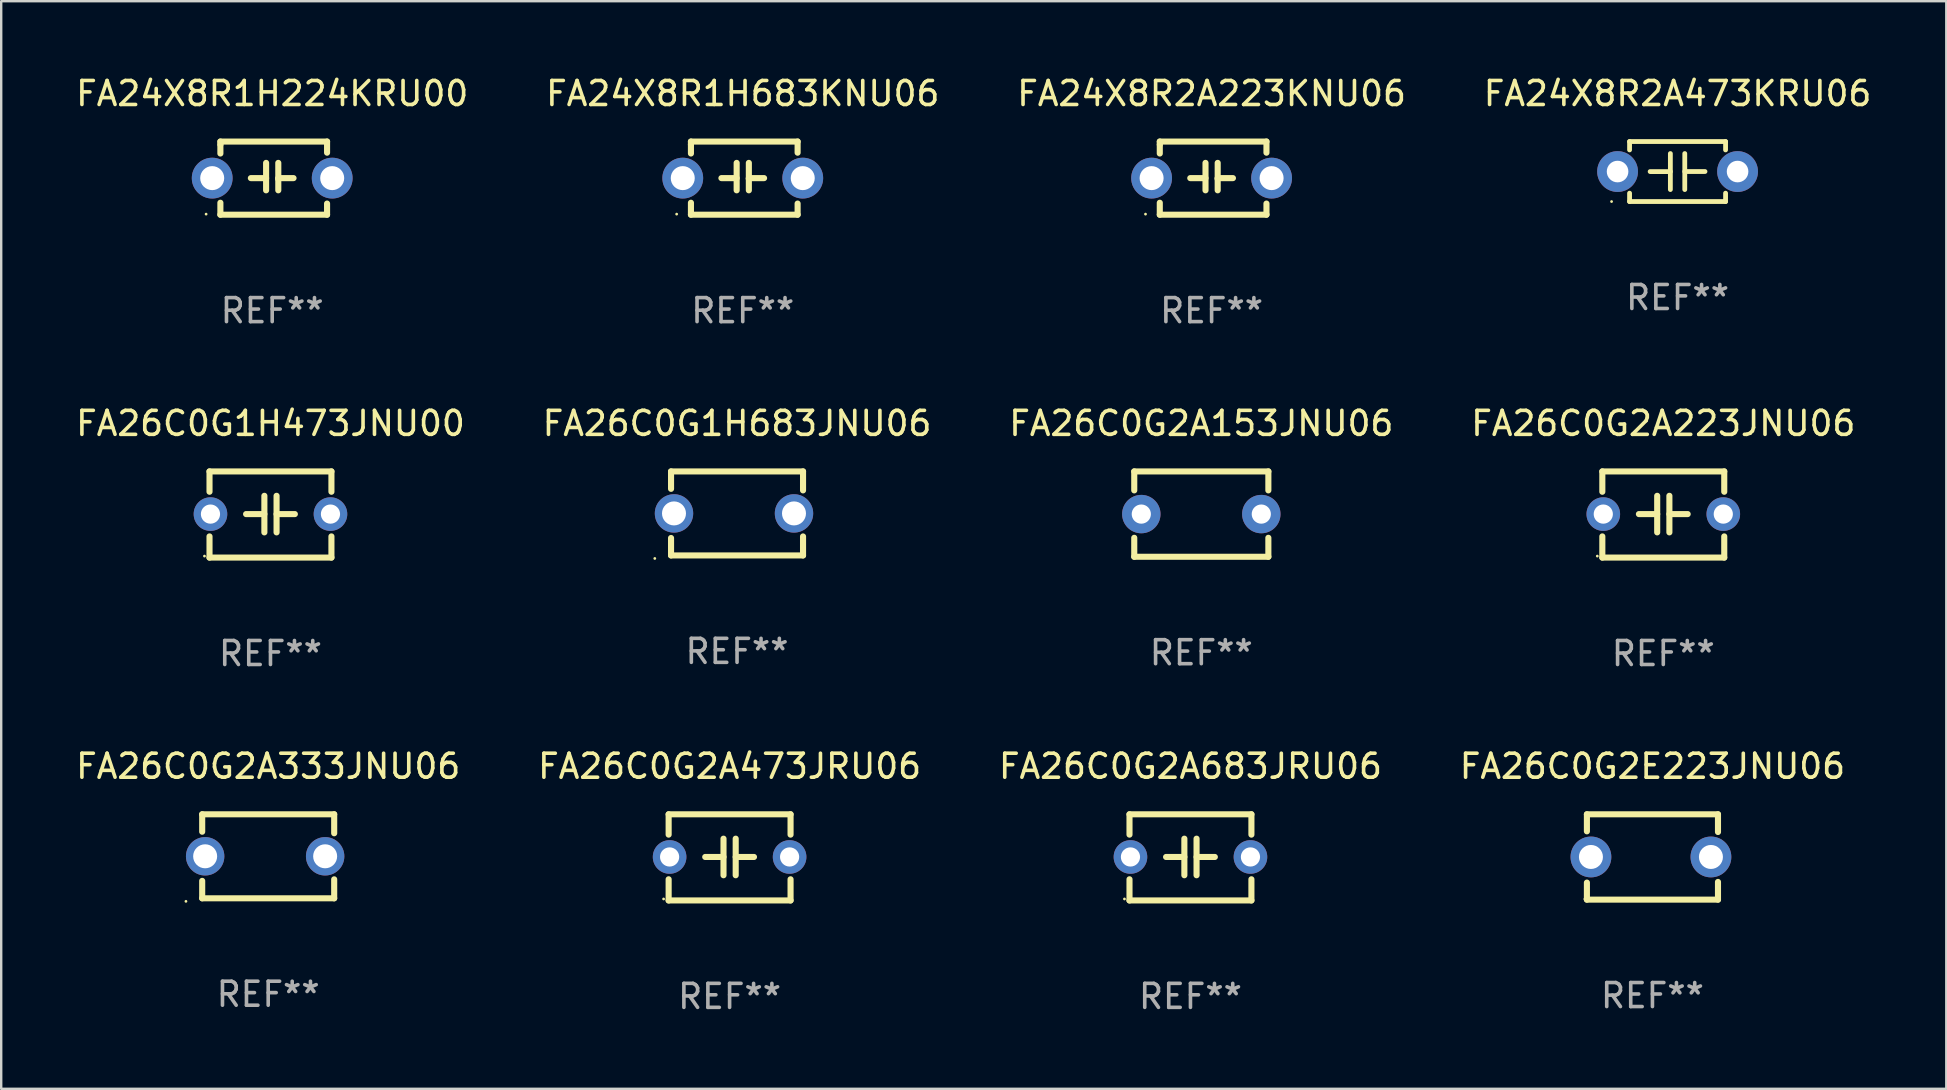
<source format=kicad_pcb>
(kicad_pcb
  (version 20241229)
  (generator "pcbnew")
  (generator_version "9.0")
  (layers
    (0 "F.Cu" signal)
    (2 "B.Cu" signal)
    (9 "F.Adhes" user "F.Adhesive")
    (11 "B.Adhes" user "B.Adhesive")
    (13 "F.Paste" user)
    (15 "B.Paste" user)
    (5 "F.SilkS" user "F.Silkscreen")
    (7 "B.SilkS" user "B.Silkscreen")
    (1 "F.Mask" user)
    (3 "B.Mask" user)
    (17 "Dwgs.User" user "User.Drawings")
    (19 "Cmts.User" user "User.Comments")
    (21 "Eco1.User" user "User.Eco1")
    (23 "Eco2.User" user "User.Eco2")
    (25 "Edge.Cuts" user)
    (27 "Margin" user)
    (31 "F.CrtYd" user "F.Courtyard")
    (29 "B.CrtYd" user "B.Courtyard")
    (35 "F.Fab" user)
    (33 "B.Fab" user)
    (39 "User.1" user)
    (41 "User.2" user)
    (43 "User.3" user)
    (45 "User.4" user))
  (footprint "FA26C0G2A683JRU06"
    (layer "F.Cu")
    (at 46.554 32.675)
    (property "Reference" "FA26C0G2A683JRU06" (at 0 -3.795 0) (layer "F.SilkS") (effects (font (size 1 1) (thickness 0.15))))
    (attr through_hole)
    (fp_line (start -2.54 -1.795) (end 2.54 -1.795) (stroke (width 0.254) (type solid)) (layer "F.SilkS"))
    (fp_line (start -2.54 -0.948) (end -2.54 -1.795) (stroke (width 0.254) (type solid)) (layer "F.SilkS"))
    (fp_line (start -2.54 1.795) (end -2.54 0.913) (stroke (width 0.254) (type solid)) (layer "F.SilkS"))
    (fp_line (start -1.016 -0.017) (end -0.254 -0.017) (stroke (width 0.254) (type solid)) (layer "F.SilkS"))
    (fp_line (start -0.254 0.745) (end -0.254 -0.779) (stroke (width 0.254) (type solid)) (layer "F.SilkS"))
    (fp_line (start 0.254 -0.779) (end 0.254 0.745) (stroke (width 0.254) (type solid)) (layer "F.SilkS"))
    (fp_line (start 1.016 -0.017) (end 0.254 -0.017) (stroke (width 0.254) (type solid)) (layer "F.SilkS"))
    (fp_line (start 2.54 -1.795) (end 2.54 -0.948) (stroke (width 0.254) (type solid)) (layer "F.SilkS"))
    (fp_line (start 2.54 1.795) (end -2.54 1.795) (stroke (width 0.254) (type solid)) (layer "F.SilkS"))
    (fp_line (start 2.54 1.795) (end 2.54 0.913) (stroke (width 0.254) (type solid)) (layer "F.SilkS"))
    (fp_circle (center -2.75 1.733) (end -2.72 1.733) (stroke (width 0.06) (type solid)) (fill no) (layer "F.SilkS"))
    (fp_text user "REF**" (at 0 5.795 0) (layer "F.Fab") (effects (font (size 1 1) (thickness 0.15))))
    (pad "1" thru_hole circle (at -2.5 -0.017) (size 1.4 1.4) (drill 0.8) (layers "*.Cu" "*.Mask"))
    (pad "2" thru_hole circle (at 2.5 -0.017) (size 1.4 1.4) (drill 0.8) (layers "*.Cu" "*.Mask")))
  (footprint "FA26C0G2E223JNU06"
    (layer "F.Cu")
    (at 65.804 32.658)
    (property "Reference" "FA26C0G2E223JNU06" (at 0 -3.778 0) (layer "F.SilkS") (effects (font (size 1 1) (thickness 0.15))))
    (attr through_hole)
    (fp_line (start -2.731 -1.778) (end -2.731 -1.068) (stroke (width 0.254) (type solid)) (layer "F.SilkS"))
    (fp_line (start -2.731 1.068) (end -2.731 1.778) (stroke (width 0.254) (type solid)) (layer "F.SilkS"))
    (fp_line (start -2.731 1.778) (end 2.731 1.778) (stroke (width 0.254) (type solid)) (layer "F.SilkS"))
    (fp_line (start 2.731 -1.778) (end -2.731 -1.778) (stroke (width 0.254) (type solid)) (layer "F.SilkS"))
    (fp_line (start 2.731 -1.04) (end 2.731 -1.778) (stroke (width 0.254) (type solid)) (layer "F.SilkS"))
    (fp_line (start 2.731 1.778) (end 2.731 1.04) (stroke (width 0.254) (type solid)) (layer "F.SilkS"))
    (fp_circle (center -2.814 1.75) (end -2.784 1.75) (stroke (width 0.06) (type solid)) (fill no) (layer "F.SilkS"))
    (fp_text user "REF**" (at 0 5.778 0) (layer "F.Fab") (effects (font (size 1 1) (thickness 0.15))))
    (pad "1" thru_hole circle (at -2.563 0) (size 1.7 1.7) (drill 1) (layers "*.Cu" "*.Mask"))
    (pad "2" thru_hole circle (at 2.437 0) (size 1.7 1.7) (drill 1) (layers "*.Cu" "*.Mask")))
  (footprint "FA26C0G2A473JRU06"
    (layer "F.Cu")
    (at 27.351 32.675)
    (property "Reference" "FA26C0G2A473JRU06" (at 0 -3.795 0) (layer "F.SilkS") (effects (font (size 1 1) (thickness 0.15))))
    (attr through_hole)
    (fp_line (start -2.54 -1.795) (end 2.54 -1.795) (stroke (width 0.254) (type solid)) (layer "F.SilkS"))
    (fp_line (start -2.54 -0.948) (end -2.54 -1.795) (stroke (width 0.254) (type solid)) (layer "F.SilkS"))
    (fp_line (start -2.54 1.795) (end -2.54 0.913) (stroke (width 0.254) (type solid)) (layer "F.SilkS"))
    (fp_line (start -1.016 -0.017) (end -0.254 -0.017) (stroke (width 0.254) (type solid)) (layer "F.SilkS"))
    (fp_line (start -0.254 0.745) (end -0.254 -0.779) (stroke (width 0.254) (type solid)) (layer "F.SilkS"))
    (fp_line (start 0.254 -0.779) (end 0.254 0.745) (stroke (width 0.254) (type solid)) (layer "F.SilkS"))
    (fp_line (start 1.016 -0.017) (end 0.254 -0.017) (stroke (width 0.254) (type solid)) (layer "F.SilkS"))
    (fp_line (start 2.54 -1.795) (end 2.54 -0.948) (stroke (width 0.254) (type solid)) (layer "F.SilkS"))
    (fp_line (start 2.54 1.795) (end -2.54 1.795) (stroke (width 0.254) (type solid)) (layer "F.SilkS"))
    (fp_line (start 2.54 1.795) (end 2.54 0.913) (stroke (width 0.254) (type solid)) (layer "F.SilkS"))
    (fp_circle (center -2.75 1.733) (end -2.72 1.733) (stroke (width 0.06) (type solid)) (fill no) (layer "F.SilkS"))
    (fp_text user "REF**" (at 0 5.795 0) (layer "F.Fab") (effects (font (size 1 1) (thickness 0.15))))
    (pad "1" thru_hole circle (at -2.5 -0.017) (size 1.4 1.4) (drill 0.8) (layers "*.Cu" "*.Mask"))
    (pad "2" thru_hole circle (at 2.5 -0.017) (size 1.4 1.4) (drill 0.8) (layers "*.Cu" "*.Mask")))
  (footprint "FA26C0G2A333JNU06"
    (layer "F.Cu")
    (at 8.125 32.63)
    (property "Reference" "FA26C0G2A333JNU06" (at 0 -3.75 0) (layer "F.SilkS") (effects (font (size 1 1) (thickness 0.15))))
    (attr through_hole)
    (fp_line (start -2.75 -1.75) (end -2.75 -1.024) (stroke (width 0.254) (type solid)) (layer "F.SilkS"))
    (fp_line (start -2.75 -1.75) (end 2.75 -1.75) (stroke (width 0.254) (type solid)) (layer "F.SilkS"))
    (fp_line (start -2.75 1.024) (end -2.75 1.75) (stroke (width 0.254) (type solid)) (layer "F.SilkS"))
    (fp_line (start 2.75 -1.75) (end 2.75 -0.96) (stroke (width 0.254) (type solid)) (layer "F.SilkS"))
    (fp_line (start 2.75 0.96) (end 2.75 1.75) (stroke (width 0.254) (type solid)) (layer "F.SilkS"))
    (fp_line (start 2.75 1.75) (end -2.75 1.75) (stroke (width 0.254) (type solid)) (layer "F.SilkS"))
    (fp_circle (center -3.427 1.877) (end -3.397 1.877) (stroke (width 0.06) (type solid)) (fill no) (layer "F.SilkS"))
    (fp_text user "REF**" (at 0 5.75 0) (layer "F.Fab") (effects (font (size 1 1) (thickness 0.15))))
    (pad "1" thru_hole circle (at -2.627 0) (size 1.6 1.6) (drill 1) (layers "*.Cu" "*.Mask"))
    (pad "2" thru_hole circle (at 2.373 0) (size 1.6 1.6) (drill 1) (layers "*.Cu" "*.Mask")))
  (footprint "FA24X8R2A223KNU06"
    (layer "F.Cu")
    (at 47.435 4.372)
    (property "Reference" "FA24X8R2A223KNU06" (at 0 -3.524 0) (layer "F.SilkS") (effects (font (size 1 1) (thickness 0.15))))
    (attr through_hole)
    (fp_line (start -2.159 -1.524) (end 2.286 -1.524) (stroke (width 0.254) (type solid)) (layer "F.SilkS"))
    (fp_line (start -2.159 -1.397) (end -2.159 -1.524) (stroke (width 0.254) (type solid)) (layer "F.SilkS"))
    (fp_line (start -2.159 -1.026) (end -2.159 -1.397) (stroke (width 0.254) (type solid)) (layer "F.SilkS"))
    (fp_line (start -2.159 1.524) (end -2.159 1.026) (stroke (width 0.254) (type solid)) (layer "F.SilkS"))
    (fp_line (start -0.889 0) (end -0.254 0) (stroke (width 0.254) (type solid)) (layer "F.SilkS"))
    (fp_line (start -0.254 0.508) (end -0.254 -0.635) (stroke (width 0.254) (type solid)) (layer "F.SilkS"))
    (fp_line (start 0.254 -0.635) (end 0.254 0.508) (stroke (width 0.254) (type solid)) (layer "F.SilkS"))
    (fp_line (start 0.254 0.04) (end 0.254 0.02) (stroke (width 0.254) (type solid)) (layer "F.SilkS"))
    (fp_line (start 0.889 0) (end 0.254 0) (stroke (width 0.254) (type solid)) (layer "F.SilkS"))
    (fp_line (start 2.286 -1.524) (end 2.286 -1.06) (stroke (width 0.254) (type solid)) (layer "F.SilkS"))
    (fp_line (start 2.286 1.06) (end 2.286 1.524) (stroke (width 0.254) (type solid)) (layer "F.SilkS"))
    (fp_line (start 2.286 1.524) (end -2.159 1.524) (stroke (width 0.254) (type solid)) (layer "F.SilkS"))
    (fp_circle (center -2.754 1.5) (end -2.724 1.5) (stroke (width 0.06) (type solid)) (fill no) (layer "F.SilkS"))
    (fp_text user "REF**" (at 0 5.524 0) (layer "F.Fab") (effects (font (size 1 1) (thickness 0.15))))
    (pad "1" thru_hole circle (at -2.5 0) (size 1.7 1.7) (drill 1) (layers "*.Cu" "*.Mask"))
    (pad "2" thru_hole circle (at 2.5 0) (size 1.7 1.7) (drill 1) (layers "*.Cu" "*.Mask")))
  (footprint "FA24X8R1H224KRU00"
    (layer "F.Cu")
    (at 8.292 4.372)
    (property "Reference" "FA24X8R1H224KRU00" (at 0 -3.524 0) (layer "F.SilkS") (effects (font (size 1 1) (thickness 0.15))))
    (attr through_hole)
    (fp_line (start -2.159 -1.524) (end 2.286 -1.524) (stroke (width 0.254) (type solid)) (layer "F.SilkS"))
    (fp_line (start -2.159 -1.397) (end -2.159 -1.524) (stroke (width 0.254) (type solid)) (layer "F.SilkS"))
    (fp_line (start -2.159 -1.026) (end -2.159 -1.397) (stroke (width 0.254) (type solid)) (layer "F.SilkS"))
    (fp_line (start -2.159 1.524) (end -2.159 1.026) (stroke (width 0.254) (type solid)) (layer "F.SilkS"))
    (fp_line (start -0.889 0) (end -0.254 0) (stroke (width 0.254) (type solid)) (layer "F.SilkS"))
    (fp_line (start -0.254 0.508) (end -0.254 -0.635) (stroke (width 0.254) (type solid)) (layer "F.SilkS"))
    (fp_line (start 0.254 -0.635) (end 0.254 0.508) (stroke (width 0.254) (type solid)) (layer "F.SilkS"))
    (fp_line (start 0.254 0.04) (end 0.254 0.02) (stroke (width 0.254) (type solid)) (layer "F.SilkS"))
    (fp_line (start 0.889 0) (end 0.254 0) (stroke (width 0.254) (type solid)) (layer "F.SilkS"))
    (fp_line (start 2.286 -1.524) (end 2.286 -1.06) (stroke (width 0.254) (type solid)) (layer "F.SilkS"))
    (fp_line (start 2.286 1.06) (end 2.286 1.524) (stroke (width 0.254) (type solid)) (layer "F.SilkS"))
    (fp_line (start 2.286 1.524) (end -2.159 1.524) (stroke (width 0.254) (type solid)) (layer "F.SilkS"))
    (fp_circle (center -2.754 1.5) (end -2.724 1.5) (stroke (width 0.06) (type solid)) (fill no) (layer "F.SilkS"))
    (fp_text user "REF**" (at 0 5.524 0) (layer "F.Fab") (effects (font (size 1 1) (thickness 0.15))))
    (pad "1" thru_hole circle (at -2.5 0) (size 1.7 1.7) (drill 1) (layers "*.Cu" "*.Mask"))
    (pad "2" thru_hole circle (at 2.5 0) (size 1.7 1.7) (drill 1) (layers "*.Cu" "*.Mask")))
  (footprint "FA26C0G2A153JNU06"
    (layer "F.Cu")
    (at 47.006 18.371)
    (property "Reference" "FA26C0G2A153JNU06" (at 0 -3.778 0) (layer "F.SilkS") (effects (font (size 1 1) (thickness 0.15))))
    (attr through_hole)
    (fp_line (start -2.794 -1.778) (end -2.794 -0.988) (stroke (width 0.254) (type solid)) (layer "F.SilkS"))
    (fp_line (start -2.794 0.988) (end -2.794 1.778) (stroke (width 0.254) (type solid)) (layer "F.SilkS"))
    (fp_line (start -2.794 1.778) (end 2.794 1.778) (stroke (width 0.254) (type solid)) (layer "F.SilkS"))
    (fp_line (start 2.794 -1.778) (end -2.794 -1.778) (stroke (width 0.254) (type solid)) (layer "F.SilkS"))
    (fp_line (start 2.794 -0.988) (end 2.794 -1.778) (stroke (width 0.254) (type solid)) (layer "F.SilkS"))
    (fp_line (start 2.794 1.778) (end 2.794 0.988) (stroke (width 0.254) (type solid)) (layer "F.SilkS"))
    (fp_circle (center -2.75 1.75) (end -2.72 1.75) (stroke (width 0.06) (type solid)) (fill no) (layer "F.SilkS"))
    (fp_text user "REF**" (at 0 5.778 0) (layer "F.Fab") (effects (font (size 1 1) (thickness 0.15))))
    (pad "1" thru_hole circle (at -2.5 0) (size 1.6 1.6) (drill 0.8) (layers "*.Cu" "*.Mask"))
    (pad "2" thru_hole circle (at 2.5 0) (size 1.6 1.6) (drill 0.8) (layers "*.Cu" "*.Mask")))
  (footprint "FA24X8R1H683KNU06"
    (layer "F.Cu")
    (at 27.899 4.372)
    (property "Reference" "FA24X8R1H683KNU06" (at 0 -3.524 0) (layer "F.SilkS") (effects (font (size 1 1) (thickness 0.15))))
    (attr through_hole)
    (fp_line (start -2.159 -1.524) (end 2.286 -1.524) (stroke (width 0.254) (type solid)) (layer "F.SilkS"))
    (fp_line (start -2.159 -1.397) (end -2.159 -1.524) (stroke (width 0.254) (type solid)) (layer "F.SilkS"))
    (fp_line (start -2.159 -1.026) (end -2.159 -1.397) (stroke (width 0.254) (type solid)) (layer "F.SilkS"))
    (fp_line (start -2.159 1.524) (end -2.159 1.026) (stroke (width 0.254) (type solid)) (layer "F.SilkS"))
    (fp_line (start -0.889 0) (end -0.254 0) (stroke (width 0.254) (type solid)) (layer "F.SilkS"))
    (fp_line (start -0.254 0.508) (end -0.254 -0.635) (stroke (width 0.254) (type solid)) (layer "F.SilkS"))
    (fp_line (start 0.254 -0.635) (end 0.254 0.508) (stroke (width 0.254) (type solid)) (layer "F.SilkS"))
    (fp_line (start 0.254 0.04) (end 0.254 0.02) (stroke (width 0.254) (type solid)) (layer "F.SilkS"))
    (fp_line (start 0.889 0) (end 0.254 0) (stroke (width 0.254) (type solid)) (layer "F.SilkS"))
    (fp_line (start 2.286 -1.524) (end 2.286 -1.06) (stroke (width 0.254) (type solid)) (layer "F.SilkS"))
    (fp_line (start 2.286 1.06) (end 2.286 1.524) (stroke (width 0.254) (type solid)) (layer "F.SilkS"))
    (fp_line (start 2.286 1.524) (end -2.159 1.524) (stroke (width 0.254) (type solid)) (layer "F.SilkS"))
    (fp_circle (center -2.754 1.5) (end -2.724 1.5) (stroke (width 0.06) (type solid)) (fill no) (layer "F.SilkS"))
    (fp_text user "REF**" (at 0 5.524 0) (layer "F.Fab") (effects (font (size 1 1) (thickness 0.15))))
    (pad "1" thru_hole circle (at -2.5 0) (size 1.7 1.7) (drill 1) (layers "*.Cu" "*.Mask"))
    (pad "2" thru_hole circle (at 2.5 0) (size 1.7 1.7) (drill 1) (layers "*.Cu" "*.Mask")))
  (footprint "FA26C0G1H473JNU00"
    (layer "F.Cu")
    (at 8.22 18.388)
    (property "Reference" "FA26C0G1H473JNU00" (at 0 -3.795 0) (layer "F.SilkS") (effects (font (size 1 1) (thickness 0.15))))
    (attr through_hole)
    (fp_line (start -2.54 -1.795) (end 2.54 -1.795) (stroke (width 0.254) (type solid)) (layer "F.SilkS"))
    (fp_line (start -2.54 -0.948) (end -2.54 -1.795) (stroke (width 0.254) (type solid)) (layer "F.SilkS"))
    (fp_line (start -2.54 1.795) (end -2.54 0.913) (stroke (width 0.254) (type solid)) (layer "F.SilkS"))
    (fp_line (start -1.016 -0.017) (end -0.254 -0.017) (stroke (width 0.254) (type solid)) (layer "F.SilkS"))
    (fp_line (start -0.254 0.745) (end -0.254 -0.779) (stroke (width 0.254) (type solid)) (layer "F.SilkS"))
    (fp_line (start 0.254 -0.779) (end 0.254 0.745) (stroke (width 0.254) (type solid)) (layer "F.SilkS"))
    (fp_line (start 1.016 -0.017) (end 0.254 -0.017) (stroke (width 0.254) (type solid)) (layer "F.SilkS"))
    (fp_line (start 2.54 -1.795) (end 2.54 -0.948) (stroke (width 0.254) (type solid)) (layer "F.SilkS"))
    (fp_line (start 2.54 1.795) (end -2.54 1.795) (stroke (width 0.254) (type solid)) (layer "F.SilkS"))
    (fp_line (start 2.54 1.795) (end 2.54 0.913) (stroke (width 0.254) (type solid)) (layer "F.SilkS"))
    (fp_circle (center -2.75 1.733) (end -2.72 1.733) (stroke (width 0.06) (type solid)) (fill no) (layer "F.SilkS"))
    (fp_text user "REF**" (at 0 5.795 0) (layer "F.Fab") (effects (font (size 1 1) (thickness 0.15))))
    (pad "1" thru_hole circle (at -2.5 -0.017) (size 1.4 1.4) (drill 0.8) (layers "*.Cu" "*.Mask"))
    (pad "2" thru_hole circle (at 2.5 -0.017) (size 1.4 1.4) (drill 0.8) (layers "*.Cu" "*.Mask")))
  (footprint "FA26C0G1H683JNU06"
    (layer "F.Cu")
    (at 27.661 18.343)
    (property "Reference" "FA26C0G1H683JNU06" (at 0 -3.75 0) (layer "F.SilkS") (effects (font (size 1 1) (thickness 0.15))))
    (attr through_hole)
    (fp_line (start -2.75 -1.75) (end -2.75 -1.024) (stroke (width 0.254) (type solid)) (layer "F.SilkS"))
    (fp_line (start -2.75 -1.75) (end 2.75 -1.75) (stroke (width 0.254) (type solid)) (layer "F.SilkS"))
    (fp_line (start -2.75 1.024) (end -2.75 1.75) (stroke (width 0.254) (type solid)) (layer "F.SilkS"))
    (fp_line (start 2.75 -1.75) (end 2.75 -0.96) (stroke (width 0.254) (type solid)) (layer "F.SilkS"))
    (fp_line (start 2.75 0.96) (end 2.75 1.75) (stroke (width 0.254) (type solid)) (layer "F.SilkS"))
    (fp_line (start 2.75 1.75) (end -2.75 1.75) (stroke (width 0.254) (type solid)) (layer "F.SilkS"))
    (fp_circle (center -3.427 1.877) (end -3.397 1.877) (stroke (width 0.06) (type solid)) (fill no) (layer "F.SilkS"))
    (fp_text user "REF**" (at 0 5.75 0) (layer "F.Fab") (effects (font (size 1 1) (thickness 0.15))))
    (pad "1" thru_hole circle (at -2.627 0) (size 1.6 1.6) (drill 1) (layers "*.Cu" "*.Mask"))
    (pad "2" thru_hole circle (at 2.373 0) (size 1.6 1.6) (drill 1) (layers "*.Cu" "*.Mask")))
  (footprint "FA26C0G2A223JNU06"
    (layer "F.Cu")
    (at 66.256 18.388)
    (property "Reference" "FA26C0G2A223JNU06" (at 0 -3.795 0) (layer "F.SilkS") (effects (font (size 1 1) (thickness 0.15))))
    (attr through_hole)
    (fp_line (start -2.54 -1.795) (end 2.54 -1.795) (stroke (width 0.254) (type solid)) (layer "F.SilkS"))
    (fp_line (start -2.54 -0.948) (end -2.54 -1.795) (stroke (width 0.254) (type solid)) (layer "F.SilkS"))
    (fp_line (start -2.54 1.795) (end -2.54 0.913) (stroke (width 0.254) (type solid)) (layer "F.SilkS"))
    (fp_line (start -1.016 -0.017) (end -0.254 -0.017) (stroke (width 0.254) (type solid)) (layer "F.SilkS"))
    (fp_line (start -0.254 0.745) (end -0.254 -0.779) (stroke (width 0.254) (type solid)) (layer "F.SilkS"))
    (fp_line (start 0.254 -0.779) (end 0.254 0.745) (stroke (width 0.254) (type solid)) (layer "F.SilkS"))
    (fp_line (start 1.016 -0.017) (end 0.254 -0.017) (stroke (width 0.254) (type solid)) (layer "F.SilkS"))
    (fp_line (start 2.54 -1.795) (end 2.54 -0.948) (stroke (width 0.254) (type solid)) (layer "F.SilkS"))
    (fp_line (start 2.54 1.795) (end -2.54 1.795) (stroke (width 0.254) (type solid)) (layer "F.SilkS"))
    (fp_line (start 2.54 1.795) (end 2.54 0.913) (stroke (width 0.254) (type solid)) (layer "F.SilkS"))
    (fp_circle (center -2.75 1.733) (end -2.72 1.733) (stroke (width 0.06) (type solid)) (fill no) (layer "F.SilkS"))
    (fp_text user "REF**" (at 0 5.795 0) (layer "F.Fab") (effects (font (size 1 1) (thickness 0.15))))
    (pad "1" thru_hole circle (at -2.5 -0.017) (size 1.4 1.4) (drill 0.8) (layers "*.Cu" "*.Mask"))
    (pad "2" thru_hole circle (at 2.5 -0.017) (size 1.4 1.4) (drill 0.8) (layers "*.Cu" "*.Mask")))
  (footprint "FA24X8R2A473KRU06"
    (layer "F.Cu")
    (at 66.851 4.098)
    (property "Reference" "FA24X8R2A473KRU06" (at 0 -3.25 0) (layer "F.SilkS") (effects (font (size 1 1) (thickness 0.15))))
    (attr through_hole)
    (fp_line (start -2 -1.25) (end -2 -0.901) (stroke (width 0.2) (type solid)) (layer "F.SilkS"))
    (fp_line (start -2 -1.25) (end 2 -1.25) (stroke (width 0.2) (type solid)) (layer "F.SilkS"))
    (fp_line (start -2 0.901) (end -2 1.25) (stroke (width 0.2) (type solid)) (layer "F.SilkS"))
    (fp_line (start -0.3 -0.75) (end -0.3 0.75) (stroke (width 0.2) (type solid)) (layer "F.SilkS"))
    (fp_line (start -0.3 0.001) (end -1.143 0.001) (stroke (width 0.2) (type solid)) (layer "F.SilkS"))
    (fp_line (start 0.3 -0.001) (end 1.143 -0.001) (stroke (width 0.2) (type solid)) (layer "F.SilkS"))
    (fp_line (start 0.3 0.75) (end 0.3 -0.75) (stroke (width 0.2) (type solid)) (layer "F.SilkS"))
    (fp_line (start 2 -1.25) (end 2 -0.901) (stroke (width 0.2) (type solid)) (layer "F.SilkS"))
    (fp_line (start 2 0.901) (end 2 1.25) (stroke (width 0.2) (type solid)) (layer "F.SilkS"))
    (fp_line (start 2 1.25) (end -2 1.25) (stroke (width 0.2) (type solid)) (layer "F.SilkS"))
    (fp_circle (center -2.75 1.25) (end -2.72 1.25) (stroke (width 0.06) (type solid)) (fill no) (layer "F.SilkS"))
    (fp_text user "REF**" (at 0 5.25 0) (layer "F.Fab") (effects (font (size 1 1) (thickness 0.15))))
    (pad "1" thru_hole circle (at -2.5 0) (size 1.7 1.7) (drill 0.9) (layers "*.Cu" "*.Mask"))
    (pad "2" thru_hole circle (at 2.5 0) (size 1.7 1.7) (drill 0.9) (layers "*.Cu" "*.Mask")))
  (gr_rect
    (start -3 -3)
    (end 78.048 42.319)
    (stroke (width 0.1) (type default))
    (fill no)
    (layer "Edge.Cuts")))
</source>
